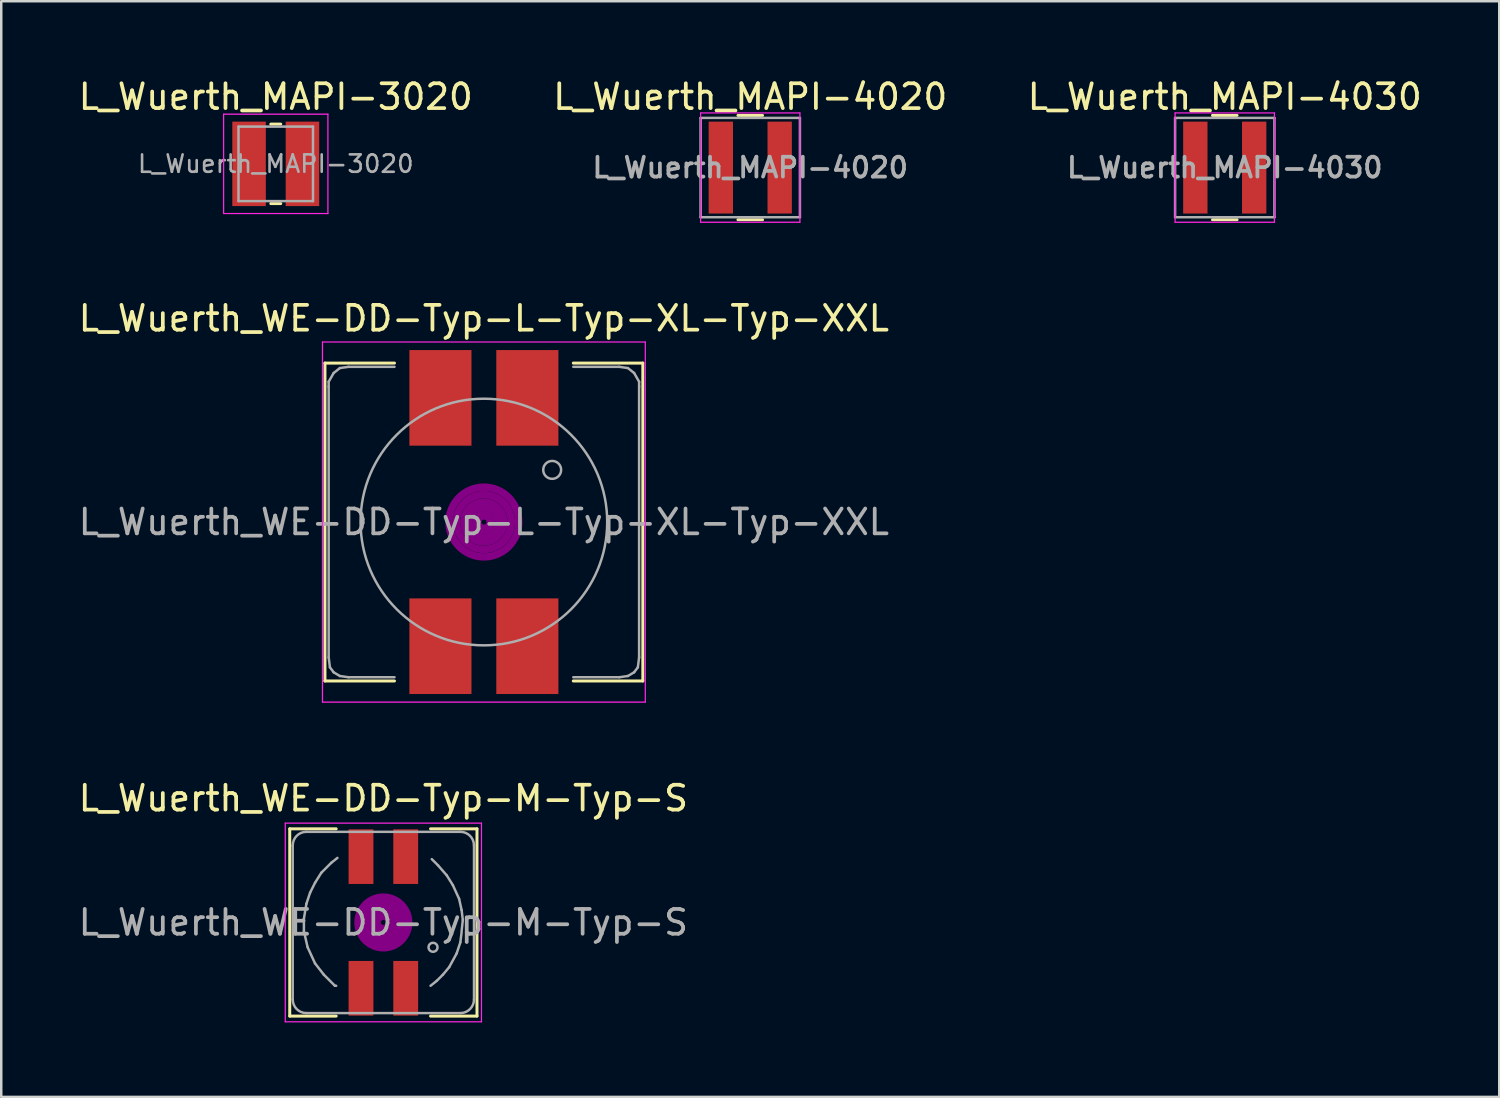
<source format=kicad_pcb>
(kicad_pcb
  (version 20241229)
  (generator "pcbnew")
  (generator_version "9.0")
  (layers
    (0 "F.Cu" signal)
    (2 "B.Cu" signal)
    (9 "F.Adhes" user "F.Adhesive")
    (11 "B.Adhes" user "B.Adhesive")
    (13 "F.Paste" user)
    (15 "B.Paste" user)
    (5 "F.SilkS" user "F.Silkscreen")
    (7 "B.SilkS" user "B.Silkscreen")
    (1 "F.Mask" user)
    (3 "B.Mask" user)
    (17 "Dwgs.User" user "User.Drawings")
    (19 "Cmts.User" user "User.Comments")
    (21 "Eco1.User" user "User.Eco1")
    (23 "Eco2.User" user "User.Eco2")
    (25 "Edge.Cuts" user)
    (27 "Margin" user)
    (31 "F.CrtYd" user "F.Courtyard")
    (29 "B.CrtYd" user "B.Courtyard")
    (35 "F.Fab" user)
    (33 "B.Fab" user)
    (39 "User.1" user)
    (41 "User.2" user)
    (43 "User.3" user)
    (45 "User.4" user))
  (footprint "L_Wuerth_MAPI-3020"
    (layer "F.Cu")
    (at 8.054 3.548)
    (property "Reference" "L_Wuerth_MAPI-3020" (at 0 -2.7 0) (layer "F.SilkS") (effects (font (size 1 1) (thickness 0.15))))
    (attr smd)
    (fp_line (start -0.2 -1.6) (end 0.2 -1.6) (stroke (width 0.12) (type solid)) (layer "F.SilkS"))
    (fp_line (start -0.2 1.6) (end 0.2 1.6) (stroke (width 0.12) (type solid)) (layer "F.SilkS"))
    (fp_line (start -2.1 -2) (end -2.1 2) (stroke (width 0.05) (type solid)) (layer "F.CrtYd"))
    (fp_line (start -2.1 2) (end 2.1 2) (stroke (width 0.05) (type solid)) (layer "F.CrtYd"))
    (fp_line (start 2.1 -2) (end -2.1 -2) (stroke (width 0.05) (type solid)) (layer "F.CrtYd"))
    (fp_line (start 2.1 2) (end 2.1 -2) (stroke (width 0.05) (type solid)) (layer "F.CrtYd"))
    (fp_line (start -1.5 -1.5) (end -1.5 1.5) (stroke (width 0.1) (type solid)) (layer "F.Fab"))
    (fp_line (start -1.5 1.5) (end 1.5 1.5) (stroke (width 0.1) (type solid)) (layer "F.Fab"))
    (fp_line (start 1.5 -1.5) (end -1.5 -1.5) (stroke (width 0.1) (type solid)) (layer "F.Fab"))
    (fp_line (start 1.5 1.5) (end 1.5 -1.5) (stroke (width 0.1) (type solid)) (layer "F.Fab"))
    (fp_text user "${REFERENCE}" (at 0 0 0) (layer "F.Fab") (effects (font (size 0.7 0.7) (thickness 0.105))))
    (pad "1" smd rect (at -1.075 0) (size 1.35 3.4) (layers "F.Cu" "F.Mask" "F.Paste"))
    (pad "2" smd rect (at 1.075 0) (size 1.35 3.4) (layers "F.Cu" "F.Mask" "F.Paste")))
  (footprint "L_Wuerth_MAPI-4020"
    (layer "F.Cu")
    (at 27.161 3.698)
    (property "Reference" "L_Wuerth_MAPI-4020" (at 0 -2.85 0) (layer "F.SilkS") (effects (font (size 1 1) (thickness 0.15))))
    (attr smd)
    (fp_line (start -0.495 -2.1) (end 0.495 -2.1) (stroke (width 0.12) (type solid)) (layer "F.SilkS"))
    (fp_line (start -0.495 2.1) (end 0.495 2.1) (stroke (width 0.12) (type solid)) (layer "F.SilkS"))
    (fp_line (start -2 -2.2) (end -2 2.2) (stroke (width 0.05) (type solid)) (layer "F.CrtYd"))
    (fp_line (start -2 2.2) (end 2 2.2) (stroke (width 0.05) (type solid)) (layer "F.CrtYd"))
    (fp_line (start 2 -2.2) (end -2 -2.2) (stroke (width 0.05) (type solid)) (layer "F.CrtYd"))
    (fp_line (start 2 2.2) (end 2 -2.2) (stroke (width 0.05) (type solid)) (layer "F.CrtYd"))
    (fp_line (start -2 -2) (end -2 2) (stroke (width 0.1) (type solid)) (layer "F.Fab"))
    (fp_line (start -2 2) (end 2 2) (stroke (width 0.1) (type solid)) (layer "F.Fab"))
    (fp_line (start 2 -2) (end -2 -2) (stroke (width 0.1) (type solid)) (layer "F.Fab"))
    (fp_line (start 2 2) (end 2 -2) (stroke (width 0.1) (type solid)) (layer "F.Fab"))
    (fp_text user "${REFERENCE}" (at 0 0 0) (layer "F.Fab") (effects (font (size 0.8 0.8) (thickness 0.15))))
    (pad "1" smd rect (at -1.185 0) (size 0.98 3.7) (layers "F.Cu" "F.Mask" "F.Paste"))
    (pad "2" smd rect (at 1.185 0) (size 0.98 3.7) (layers "F.Cu" "F.Mask" "F.Paste")))
  (footprint "L_Wuerth_WE-DD-Typ-L-Typ-XL-Typ-XXL"
    (layer "F.Cu")
    (at 16.435 17.971)
    (property "Reference" "L_Wuerth_WE-DD-Typ-L-Typ-XL-Typ-XXL" (at 0 -8.2 0) (layer "F.SilkS") (effects (font (size 1 1) (thickness 0.15))))
    (attr smd)
    (fp_line (start -6.4 -6.4) (end -3.6 -6.4) (stroke (width 0.12) (type solid)) (layer "F.SilkS"))
    (fp_line (start -6.4 6.4) (end -6.4 -6.4) (stroke (width 0.12) (type solid)) (layer "F.SilkS"))
    (fp_line (start -3.6 6.4) (end -6.4 6.4) (stroke (width 0.12) (type solid)) (layer "F.SilkS"))
    (fp_line (start 3.6 -6.4) (end 6.4 -6.4) (stroke (width 0.12) (type solid)) (layer "F.SilkS"))
    (fp_line (start 6.4 -6.4) (end 6.4 6.4) (stroke (width 0.12) (type solid)) (layer "F.SilkS"))
    (fp_line (start 6.4 6.4) (end 3.6 6.4) (stroke (width 0.12) (type solid)) (layer "F.SilkS"))
    (fp_circle (center 0 0) (end 0.1 0) (stroke (width 0.3) (type solid)) (fill no) (layer "F.Adhes"))
    (fp_circle (center 0 0) (end 0.3 0.1) (stroke (width 0.3) (type solid)) (fill no) (layer "F.Adhes"))
    (fp_circle (center 0 0) (end 0.6 0) (stroke (width 0.3) (type solid)) (fill no) (layer "F.Adhes"))
    (fp_circle (center 0 0) (end 0.8 -0.1) (stroke (width 0.3) (type solid)) (fill no) (layer "F.Adhes"))
    (fp_circle (center 0 0) (end 1.1 -0.1) (stroke (width 0.3) (type solid)) (fill no) (layer "F.Adhes"))
    (fp_circle (center 0 0) (end 1.4 -0.1) (stroke (width 0.3) (type solid)) (fill no) (layer "F.Adhes"))
    (fp_line (start -6.5 -7.25) (end 6.5 -7.25) (stroke (width 0.05) (type solid)) (layer "F.CrtYd"))
    (fp_line (start -6.5 7.25) (end -6.5 -7.25) (stroke (width 0.05) (type solid)) (layer "F.CrtYd"))
    (fp_line (start 6.5 -7.25) (end 6.5 7.25) (stroke (width 0.05) (type solid)) (layer "F.CrtYd"))
    (fp_line (start 6.5 7.25) (end -6.5 7.25) (stroke (width 0.05) (type solid)) (layer "F.CrtYd"))
    (fp_line (start -6.25 -5.65) (end -6.25 -5.45) (stroke (width 0.1) (type solid)) (layer "F.Fab"))
    (fp_line (start -6.25 -5.45) (end -6.25 5.45) (stroke (width 0.1) (type solid)) (layer "F.Fab"))
    (fp_line (start -6.2 5.85) (end -6.25 5.45) (stroke (width 0.1) (type solid)) (layer "F.Fab"))
    (fp_line (start -6.05 -6) (end -6.25 -5.65) (stroke (width 0.1) (type solid)) (layer "F.Fab"))
    (fp_line (start -6.05 6.05) (end -6.2 5.85) (stroke (width 0.1) (type solid)) (layer "F.Fab"))
    (fp_line (start -5.8 -6.2) (end -6.05 -6) (stroke (width 0.1) (type solid)) (layer "F.Fab"))
    (fp_line (start -5.8 6.2) (end -6.05 6.05) (stroke (width 0.1) (type solid)) (layer "F.Fab"))
    (fp_line (start -5.45 -6.25) (end -5.8 -6.2) (stroke (width 0.1) (type solid)) (layer "F.Fab"))
    (fp_line (start -5.45 6.25) (end -5.8 6.2) (stroke (width 0.1) (type solid)) (layer "F.Fab"))
    (fp_line (start -3.6 -6.25) (end -5.45 -6.25) (stroke (width 0.1) (type solid)) (layer "F.Fab"))
    (fp_line (start -3.6 6.25) (end -5.45 6.25) (stroke (width 0.1) (type solid)) (layer "F.Fab"))
    (fp_line (start 3.6 -6.25) (end 5.45 -6.25) (stroke (width 0.1) (type solid)) (layer "F.Fab"))
    (fp_line (start 3.6 6.25) (end 5.45 6.25) (stroke (width 0.1) (type solid)) (layer "F.Fab"))
    (fp_line (start 5.45 -6.25) (end 5.8 -6.2) (stroke (width 0.1) (type solid)) (layer "F.Fab"))
    (fp_line (start 5.45 6.25) (end 5.8 6.2) (stroke (width 0.1) (type solid)) (layer "F.Fab"))
    (fp_line (start 5.8 -6.2) (end 6.05 -6) (stroke (width 0.1) (type solid)) (layer "F.Fab"))
    (fp_line (start 5.8 6.2) (end 6.05 6.05) (stroke (width 0.1) (type solid)) (layer "F.Fab"))
    (fp_line (start 6.05 -6) (end 6.25 -5.65) (stroke (width 0.1) (type solid)) (layer "F.Fab"))
    (fp_line (start 6.05 6.05) (end 6.2 5.85) (stroke (width 0.1) (type solid)) (layer "F.Fab"))
    (fp_line (start 6.2 5.85) (end 6.25 5.45) (stroke (width 0.1) (type solid)) (layer "F.Fab"))
    (fp_line (start 6.25 -5.65) (end 6.25 -5.45) (stroke (width 0.1) (type solid)) (layer "F.Fab"))
    (fp_line (start 6.25 -5.45) (end 6.25 5.45) (stroke (width 0.1) (type solid)) (layer "F.Fab"))
    (fp_circle (center 0 0) (end 2.1 4.5) (stroke (width 0.1) (type solid)) (fill no) (layer "F.Fab"))
    (fp_circle (center 2.75 -2.1) (end 3.05 -1.9) (stroke (width 0.1) (type solid)) (fill no) (layer "F.Fab"))
    (fp_text user "${REFERENCE}" (at 0 0 0) (layer "F.Fab") (effects (font (size 1 1) (thickness 0.15))))
    (pad "1" smd rect (at -1.75 -5) (size 2.5 3.85) (layers "F.Cu" "F.Mask" "F.Paste"))
    (pad "2" smd rect (at 1.75 -5) (size 2.5 3.85) (layers "F.Cu" "F.Mask" "F.Paste"))
    (pad "3" smd rect (at 1.75 5) (size 2.5 3.85) (layers "F.Cu" "F.Mask" "F.Paste"))
    (pad "4" smd rect (at -1.75 5) (size 2.5 3.85) (layers "F.Cu" "F.Mask" "F.Paste")))
  (footprint "L_Wuerth_WE-DD-Typ-M-Typ-S"
    (layer "F.Cu")
    (at 12.387 34.095)
    (property "Reference" "L_Wuerth_WE-DD-Typ-M-Typ-S" (at 0 -5 0) (layer "F.SilkS") (effects (font (size 1 1) (thickness 0.15))))
    (attr smd)
    (fp_line (start -3.77 -3.77) (end -1.9 -3.77) (stroke (width 0.12) (type solid)) (layer "F.SilkS"))
    (fp_line (start -3.77 3.77) (end -3.77 -3.77) (stroke (width 0.12) (type solid)) (layer "F.SilkS"))
    (fp_line (start -1.9 3.77) (end -3.77 3.77) (stroke (width 0.12) (type solid)) (layer "F.SilkS"))
    (fp_line (start 1.9 -3.77) (end 3.77 -3.77) (stroke (width 0.12) (type solid)) (layer "F.SilkS"))
    (fp_line (start 3.77 -3.77) (end 3.77 3.77) (stroke (width 0.12) (type solid)) (layer "F.SilkS"))
    (fp_line (start 3.77 3.77) (end 1.9 3.77) (stroke (width 0.12) (type solid)) (layer "F.SilkS"))
    (fp_circle (center 0 0) (end 0.1 0) (stroke (width 0.3) (type solid)) (fill no) (layer "F.Adhes"))
    (fp_circle (center 0 0) (end 0.3 -0.1) (stroke (width 0.3) (type solid)) (fill no) (layer "F.Adhes"))
    (fp_circle (center 0 0) (end 0.6 0) (stroke (width 0.3) (type solid)) (fill no) (layer "F.Adhes"))
    (fp_circle (center 0 0) (end 0.8 -0.1) (stroke (width 0.3) (type solid)) (fill no) (layer "F.Adhes"))
    (fp_circle (center 0 0) (end 1 -0.2) (stroke (width 0.3) (type solid)) (fill no) (layer "F.Adhes"))
    (fp_circle (center 0.8 0) (end 0.8 0) (stroke (width 0.3) (type solid)) (fill no) (layer "F.Adhes"))
    (fp_line (start -3.95 -4) (end 3.95 -4) (stroke (width 0.05) (type solid)) (layer "F.CrtYd"))
    (fp_line (start -3.95 4) (end -3.95 -4) (stroke (width 0.05) (type solid)) (layer "F.CrtYd"))
    (fp_line (start 3.95 -4) (end 3.95 4) (stroke (width 0.05) (type solid)) (layer "F.CrtYd"))
    (fp_line (start 3.95 4) (end -3.95 4) (stroke (width 0.05) (type solid)) (layer "F.CrtYd"))
    (fp_line (start -3.65 -3.1) (end -3.65 3.1) (stroke (width 0.1) (type solid)) (layer "F.Fab"))
    (fp_line (start -3.2 -0.15) (end -3.2 0.35) (stroke (width 0.1) (type solid)) (layer "F.Fab"))
    (fp_line (start -3.2 0.35) (end -3.05 1) (stroke (width 0.1) (type solid)) (layer "F.Fab"))
    (fp_line (start -3.1 -0.75) (end -3.2 -0.15) (stroke (width 0.1) (type solid)) (layer "F.Fab"))
    (fp_line (start -3.1 3.65) (end 3.1 3.65) (stroke (width 0.1) (type solid)) (layer "F.Fab"))
    (fp_line (start -3.05 1) (end -2.75 1.65) (stroke (width 0.1) (type solid)) (layer "F.Fab"))
    (fp_line (start -2.95 -1.2) (end -3.1 -0.75) (stroke (width 0.1) (type solid)) (layer "F.Fab"))
    (fp_line (start -2.75 -1.6) (end -2.95 -1.2) (stroke (width 0.1) (type solid)) (layer "F.Fab"))
    (fp_line (start -2.75 1.65) (end -2.4 2.1) (stroke (width 0.1) (type solid)) (layer "F.Fab"))
    (fp_line (start -2.5 -2) (end -2.75 -1.6) (stroke (width 0.1) (type solid)) (layer "F.Fab"))
    (fp_line (start -2.4 2.1) (end -1.95 2.55) (stroke (width 0.1) (type solid)) (layer "F.Fab"))
    (fp_line (start -2.1 -2.4) (end -2.5 -2) (stroke (width 0.1) (type solid)) (layer "F.Fab"))
    (fp_line (start -1.95 2.55) (end -1.9 2.55) (stroke (width 0.1) (type solid)) (layer "F.Fab"))
    (fp_line (start -1.85 -2.6) (end -2.1 -2.4) (stroke (width 0.1) (type solid)) (layer "F.Fab"))
    (fp_line (start 1.95 -2.55) (end 2.2 -2.3) (stroke (width 0.1) (type solid)) (layer "F.Fab"))
    (fp_line (start 2.15 2.35) (end 1.9 2.55) (stroke (width 0.1) (type solid)) (layer "F.Fab"))
    (fp_line (start 2.2 -2.3) (end 2.55 -1.9) (stroke (width 0.1) (type solid)) (layer "F.Fab"))
    (fp_line (start 2.4 2.1) (end 2.15 2.35) (stroke (width 0.1) (type solid)) (layer "F.Fab"))
    (fp_line (start 2.55 -1.9) (end 2.8 -1.5) (stroke (width 0.1) (type solid)) (layer "F.Fab"))
    (fp_line (start 2.65 1.8) (end 2.4 2.1) (stroke (width 0.1) (type solid)) (layer "F.Fab"))
    (fp_line (start 2.8 -1.5) (end 3.05 -0.95) (stroke (width 0.1) (type solid)) (layer "F.Fab"))
    (fp_line (start 2.95 1.25) (end 2.65 1.8) (stroke (width 0.1) (type solid)) (layer "F.Fab"))
    (fp_line (start 3.05 -0.95) (end 3.15 -0.5) (stroke (width 0.1) (type solid)) (layer "F.Fab"))
    (fp_line (start 3.1 -3.65) (end -3.1 -3.65) (stroke (width 0.1) (type solid)) (layer "F.Fab"))
    (fp_line (start 3.1 0.8) (end 2.95 1.25) (stroke (width 0.1) (type solid)) (layer "F.Fab"))
    (fp_line (start 3.15 -0.5) (end 3.2 -0.1) (stroke (width 0.1) (type solid)) (layer "F.Fab"))
    (fp_line (start 3.15 0.4) (end 3.1 0.8) (stroke (width 0.1) (type solid)) (layer "F.Fab"))
    (fp_line (start 3.2 -0.1) (end 3.15 0.35) (stroke (width 0.1) (type solid)) (layer "F.Fab"))
    (fp_line (start 3.65 -3.1) (end 3.65 3.1) (stroke (width 0.1) (type solid)) (layer "F.Fab"))
    (fp_arc (start -3.65 -3.1) (mid -3.488909 -3.488909) (end -3.1 -3.65) (stroke (width 0.1) (type solid)) (layer "F.Fab"))
    (fp_arc (start -3.1 3.65) (mid -3.488909 3.488909) (end -3.65 3.1) (stroke (width 0.1) (type solid)) (layer "F.Fab"))
    (fp_arc (start 3.1 -3.65) (mid 3.488909 -3.488909) (end 3.65 -3.1) (stroke (width 0.1) (type solid)) (layer "F.Fab"))
    (fp_arc (start 3.65 3.1) (mid 3.488909 3.488909) (end 3.1 3.65) (stroke (width 0.1) (type solid)) (layer "F.Fab"))
    (fp_circle (center 2 1) (end 2.15 0.9) (stroke (width 0.1) (type solid)) (fill no) (layer "F.Fab"))
    (fp_text user "${REFERENCE}" (at 0 0 0) (layer "F.Fab") (effects (font (size 1 1) (thickness 0.15))))
    (pad "1" smd rect (at -0.9 2.65) (size 1 2.2) (layers "F.Cu" "F.Mask" "F.Paste"))
    (pad "2" smd rect (at -0.9 -2.65) (size 1 2.2) (layers "F.Cu" "F.Mask" "F.Paste"))
    (pad "3" smd rect (at 0.9 -2.65) (size 1 2.2) (layers "F.Cu" "F.Mask" "F.Paste"))
    (pad "4" smd rect (at 0.9 2.65) (size 1 2.2) (layers "F.Cu" "F.Mask" "F.Paste")))
  (footprint "L_Wuerth_MAPI-4030"
    (layer "F.Cu")
    (at 46.268 3.698)
    (property "Reference" "L_Wuerth_MAPI-4030" (at 0 -2.85 0) (layer "F.SilkS") (effects (font (size 1 1) (thickness 0.15))))
    (attr smd)
    (fp_line (start -0.495 -2.1) (end 0.495 -2.1) (stroke (width 0.12) (type solid)) (layer "F.SilkS"))
    (fp_line (start -0.495 2.1) (end 0.495 2.1) (stroke (width 0.12) (type solid)) (layer "F.SilkS"))
    (fp_line (start -2 -2.2) (end -2 2.2) (stroke (width 0.05) (type solid)) (layer "F.CrtYd"))
    (fp_line (start -2 2.2) (end 2 2.2) (stroke (width 0.05) (type solid)) (layer "F.CrtYd"))
    (fp_line (start 2 -2.2) (end -2 -2.2) (stroke (width 0.05) (type solid)) (layer "F.CrtYd"))
    (fp_line (start 2 2.2) (end 2 -2.2) (stroke (width 0.05) (type solid)) (layer "F.CrtYd"))
    (fp_line (start -2 -2) (end -2 2) (stroke (width 0.1) (type solid)) (layer "F.Fab"))
    (fp_line (start -2 2) (end 2 2) (stroke (width 0.1) (type solid)) (layer "F.Fab"))
    (fp_line (start 2 -2) (end -2 -2) (stroke (width 0.1) (type solid)) (layer "F.Fab"))
    (fp_line (start 2 2) (end 2 -2) (stroke (width 0.1) (type solid)) (layer "F.Fab"))
    (fp_text user "${REFERENCE}" (at 0 0 0) (layer "F.Fab") (effects (font (size 0.8 0.8) (thickness 0.15))))
    (pad "1" smd rect (at -1.185 0) (size 0.98 3.7) (layers "F.Cu" "F.Mask" "F.Paste"))
    (pad "2" smd rect (at 1.185 0) (size 0.98 3.7) (layers "F.Cu" "F.Mask" "F.Paste")))
  (gr_rect
    (start -3 -3)
    (end 57.321 41.12)
    (stroke (width 0.1) (type default))
    (fill no)
    (layer "Edge.Cuts")))
</source>
